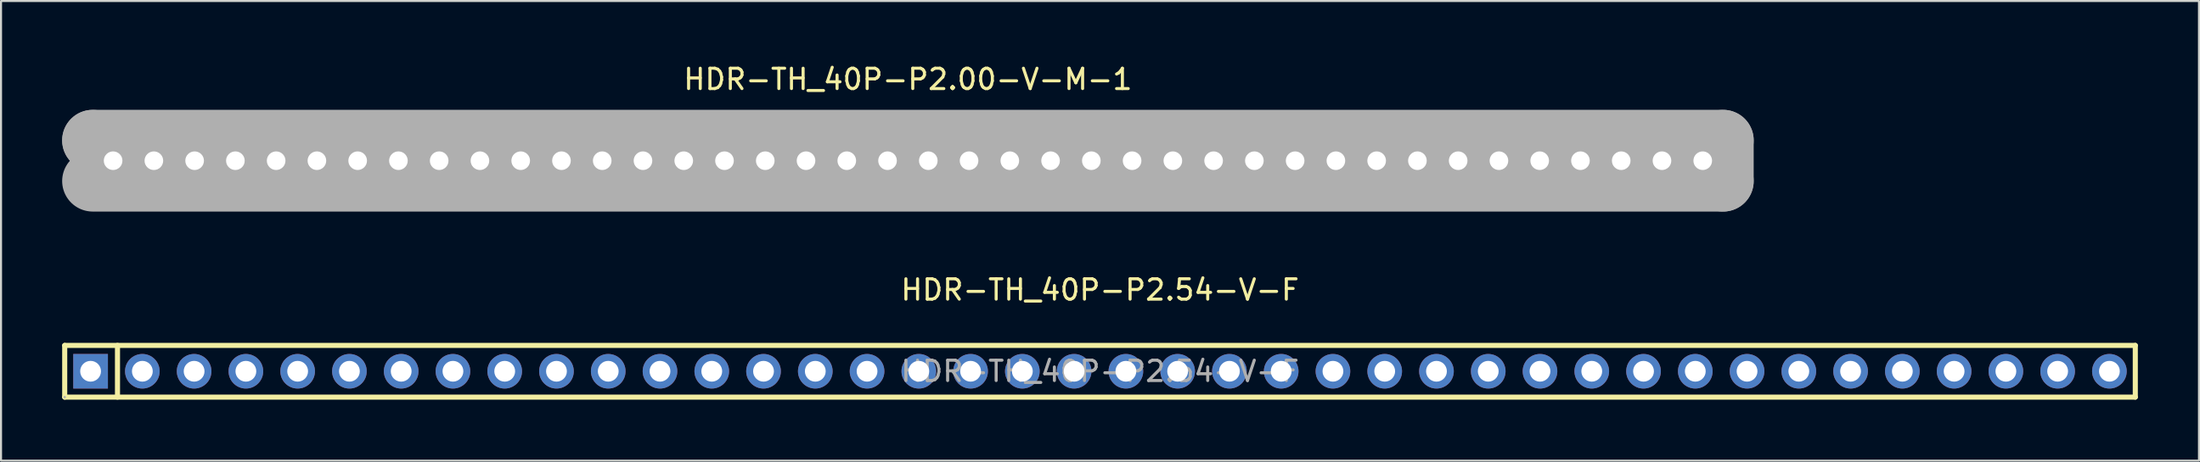
<source format=kicad_pcb>
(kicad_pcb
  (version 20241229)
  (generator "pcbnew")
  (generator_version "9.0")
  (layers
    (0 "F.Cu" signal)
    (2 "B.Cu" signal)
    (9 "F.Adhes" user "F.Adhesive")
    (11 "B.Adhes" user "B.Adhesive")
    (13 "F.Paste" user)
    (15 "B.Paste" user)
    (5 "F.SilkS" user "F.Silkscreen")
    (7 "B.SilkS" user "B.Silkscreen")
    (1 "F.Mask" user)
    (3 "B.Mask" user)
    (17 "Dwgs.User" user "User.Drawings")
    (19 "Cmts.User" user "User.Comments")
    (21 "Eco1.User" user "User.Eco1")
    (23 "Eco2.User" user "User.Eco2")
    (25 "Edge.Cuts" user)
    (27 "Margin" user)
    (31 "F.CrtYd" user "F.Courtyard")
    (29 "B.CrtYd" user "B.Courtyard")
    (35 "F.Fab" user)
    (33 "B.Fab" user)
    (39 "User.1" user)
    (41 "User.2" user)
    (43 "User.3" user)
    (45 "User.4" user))
  (footprint "HDR-TH_40P-P2.00-V-M-1"
    (layer "F.Cu")
    (at 41.5 4.848)
    (property "Reference" "HDR-TH_40P-P2.00-V-M-1" (at 0 -4 0) (layer "F.SilkS") (effects (font (size 1 1) (thickness 0.15))))
    (attr through_hole)
    (fp_line (start -40 -1) (end -40 -1) (stroke (width 3) (type solid)) (layer "F.Fab"))
    (fp_line (start -40 -1) (end 40 -1) (stroke (width 3) (type solid)) (layer "F.Fab"))
    (fp_line (start 40 -1) (end 40 1) (stroke (width 3) (type solid)) (layer "F.Fab"))
    (fp_line (start 40 1) (end -40 1) (stroke (width 3) (type solid)) (layer "F.Fab"))
    (fp_circle (center -40.13 1.13) (end -40.1 1.13) (stroke (width 0.06) (type solid)) (fill no) (layer "F.Fab"))
    (fp_circle (center -39 0) (end -38.82 0) (stroke (width 0.36) (type solid)) (fill no) (layer "F.Fab"))
    (fp_circle (center -37 0) (end -36.82 0) (stroke (width 0.36) (type solid)) (fill no) (layer "F.Fab"))
    (fp_circle (center -35 0) (end -34.82 0) (stroke (width 0.36) (type solid)) (fill no) (layer "F.Fab"))
    (fp_circle (center -33 0) (end -32.82 0) (stroke (width 0.36) (type solid)) (fill no) (layer "F.Fab"))
    (fp_circle (center -31 0) (end -30.82 0) (stroke (width 0.36) (type solid)) (fill no) (layer "F.Fab"))
    (fp_circle (center -29 0) (end -28.82 0) (stroke (width 0.36) (type solid)) (fill no) (layer "F.Fab"))
    (fp_circle (center -27 0) (end -26.82 0) (stroke (width 0.36) (type solid)) (fill no) (layer "F.Fab"))
    (fp_circle (center -25 0) (end -24.82 0) (stroke (width 0.36) (type solid)) (fill no) (layer "F.Fab"))
    (fp_circle (center -23 0) (end -22.82 0) (stroke (width 0.36) (type solid)) (fill no) (layer "F.Fab"))
    (fp_circle (center -21 0) (end -20.82 0) (stroke (width 0.36) (type solid)) (fill no) (layer "F.Fab"))
    (fp_circle (center -19 0) (end -18.82 0) (stroke (width 0.36) (type solid)) (fill no) (layer "F.Fab"))
    (fp_circle (center -17 0) (end -16.82 0) (stroke (width 0.36) (type solid)) (fill no) (layer "F.Fab"))
    (fp_circle (center -15 0) (end -14.82 0) (stroke (width 0.36) (type solid)) (fill no) (layer "F.Fab"))
    (fp_circle (center -13 0) (end -12.82 0) (stroke (width 0.36) (type solid)) (fill no) (layer "F.Fab"))
    (fp_circle (center -11 0) (end -10.82 0) (stroke (width 0.36) (type solid)) (fill no) (layer "F.Fab"))
    (fp_circle (center -9 0) (end -8.82 0) (stroke (width 0.36) (type solid)) (fill no) (layer "F.Fab"))
    (fp_circle (center -7 0) (end -6.82 0) (stroke (width 0.36) (type solid)) (fill no) (layer "F.Fab"))
    (fp_circle (center -5 0) (end -4.82 0) (stroke (width 0.36) (type solid)) (fill no) (layer "F.Fab"))
    (fp_circle (center -3 0) (end -2.82 0) (stroke (width 0.36) (type solid)) (fill no) (layer "F.Fab"))
    (fp_circle (center -1 0) (end -0.82 0) (stroke (width 0.36) (type solid)) (fill no) (layer "F.Fab"))
    (fp_circle (center 1 0) (end 1.18 0) (stroke (width 0.36) (type solid)) (fill no) (layer "F.Fab"))
    (fp_circle (center 3 0) (end 3.18 0) (stroke (width 0.36) (type solid)) (fill no) (layer "F.Fab"))
    (fp_circle (center 5 0) (end 5.18 0) (stroke (width 0.36) (type solid)) (fill no) (layer "F.Fab"))
    (fp_circle (center 7 0) (end 7.18 0) (stroke (width 0.36) (type solid)) (fill no) (layer "F.Fab"))
    (fp_circle (center 9 0) (end 9.18 0) (stroke (width 0.36) (type solid)) (fill no) (layer "F.Fab"))
    (fp_circle (center 11 0) (end 11.18 0) (stroke (width 0.36) (type solid)) (fill no) (layer "F.Fab"))
    (fp_circle (center 13 0) (end 13.18 0) (stroke (width 0.36) (type solid)) (fill no) (layer "F.Fab"))
    (fp_circle (center 15 0) (end 15.18 0) (stroke (width 0.36) (type solid)) (fill no) (layer "F.Fab"))
    (fp_circle (center 17 0) (end 17.18 0) (stroke (width 0.36) (type solid)) (fill no) (layer "F.Fab"))
    (fp_circle (center 19 0) (end 19.18 0) (stroke (width 0.36) (type solid)) (fill no) (layer "F.Fab"))
    (fp_circle (center 21 0) (end 21.18 0) (stroke (width 0.36) (type solid)) (fill no) (layer "F.Fab"))
    (fp_circle (center 23 0) (end 23.18 0) (stroke (width 0.36) (type solid)) (fill no) (layer "F.Fab"))
    (fp_circle (center 25 0) (end 25.18 0) (stroke (width 0.36) (type solid)) (fill no) (layer "F.Fab"))
    (fp_circle (center 27 0) (end 27.18 0) (stroke (width 0.36) (type solid)) (fill no) (layer "F.Fab"))
    (fp_circle (center 29 0) (end 29.18 0) (stroke (width 0.36) (type solid)) (fill no) (layer "F.Fab"))
    (fp_circle (center 31 0) (end 31.18 0) (stroke (width 0.36) (type solid)) (fill no) (layer "F.Fab"))
    (fp_circle (center 33 0) (end 33.18 0) (stroke (width 0.36) (type solid)) (fill no) (layer "F.Fab"))
    (fp_circle (center 35 0) (end 35.18 0) (stroke (width 0.36) (type solid)) (fill no) (layer "F.Fab"))
    (fp_circle (center 37 0) (end 37.18 0) (stroke (width 0.36) (type solid)) (fill no) (layer "F.Fab"))
    (fp_circle (center 39 0) (end 39.18 0) (stroke (width 0.36) (type solid)) (fill no) (layer "F.Fab"))
    (fp_text user "${REFERENCE}" (at 0 0 0) (layer "F.Fab") (effects (font (size 1 1) (thickness 0.15))))
    (pad "1" thru_hole rect (at -39 0) (size 1.52 1.52) (drill 0.914) (layers "*.Cu" "*.Paste" "*.Mask"))
    (pad "2" thru_hole circle (at -37 0) (size 1.52 1.52) (drill 0.914) (layers "*.Cu" "*.Paste" "*.Mask"))
    (pad "3" thru_hole circle (at -35 0) (size 1.52 1.52) (drill 0.914) (layers "*.Cu" "*.Paste" "*.Mask"))
    (pad "4" thru_hole circle (at -33 0) (size 1.52 1.52) (drill 0.914) (layers "*.Cu" "*.Paste" "*.Mask"))
    (pad "5" thru_hole circle (at -31 0) (size 1.52 1.52) (drill 0.914) (layers "*.Cu" "*.Paste" "*.Mask"))
    (pad "6" thru_hole circle (at -29 0) (size 1.52 1.52) (drill 0.914) (layers "*.Cu" "*.Paste" "*.Mask"))
    (pad "7" thru_hole circle (at -27 0) (size 1.52 1.52) (drill 0.914) (layers "*.Cu" "*.Paste" "*.Mask"))
    (pad "8" thru_hole circle (at -25 0) (size 1.52 1.52) (drill 0.914) (layers "*.Cu" "*.Paste" "*.Mask"))
    (pad "9" thru_hole circle (at -23 0) (size 1.52 1.52) (drill 0.914) (layers "*.Cu" "*.Paste" "*.Mask"))
    (pad "10" thru_hole circle (at -21 0) (size 1.52 1.52) (drill 0.914) (layers "*.Cu" "*.Paste" "*.Mask"))
    (pad "11" thru_hole circle (at -19 0) (size 1.52 1.52) (drill 0.914) (layers "*.Cu" "*.Paste" "*.Mask"))
    (pad "12" thru_hole circle (at -17 0) (size 1.52 1.52) (drill 0.914) (layers "*.Cu" "*.Paste" "*.Mask"))
    (pad "13" thru_hole circle (at -15 0) (size 1.52 1.52) (drill 0.914) (layers "*.Cu" "*.Paste" "*.Mask"))
    (pad "14" thru_hole circle (at -13 0) (size 1.52 1.52) (drill 0.914) (layers "*.Cu" "*.Paste" "*.Mask"))
    (pad "15" thru_hole circle (at -11 0) (size 1.52 1.52) (drill 0.914) (layers "*.Cu" "*.Paste" "*.Mask"))
    (pad "16" thru_hole circle (at -9 0) (size 1.52 1.52) (drill 0.914) (layers "*.Cu" "*.Paste" "*.Mask"))
    (pad "17" thru_hole circle (at -7 0) (size 1.52 1.52) (drill 0.914) (layers "*.Cu" "*.Paste" "*.Mask"))
    (pad "18" thru_hole circle (at -5 0) (size 1.52 1.52) (drill 0.914) (layers "*.Cu" "*.Paste" "*.Mask"))
    (pad "19" thru_hole circle (at -3 0) (size 1.52 1.52) (drill 0.914) (layers "*.Cu" "*.Paste" "*.Mask"))
    (pad "20" thru_hole circle (at -1 0) (size 1.52 1.52) (drill 0.914) (layers "*.Cu" "*.Paste" "*.Mask"))
    (pad "21" thru_hole circle (at 1 0) (size 1.52 1.52) (drill 0.914) (layers "*.Cu" "*.Paste" "*.Mask"))
    (pad "22" thru_hole circle (at 3 0) (size 1.52 1.52) (drill 0.914) (layers "*.Cu" "*.Paste" "*.Mask"))
    (pad "23" thru_hole circle (at 5 0) (size 1.52 1.52) (drill 0.914) (layers "*.Cu" "*.Paste" "*.Mask"))
    (pad "24" thru_hole circle (at 7 0) (size 1.52 1.52) (drill 0.914) (layers "*.Cu" "*.Paste" "*.Mask"))
    (pad "25" thru_hole circle (at 9 0) (size 1.52 1.52) (drill 0.914) (layers "*.Cu" "*.Paste" "*.Mask"))
    (pad "26" thru_hole circle (at 11 0) (size 1.52 1.52) (drill 0.914) (layers "*.Cu" "*.Paste" "*.Mask"))
    (pad "27" thru_hole circle (at 13 0) (size 1.52 1.52) (drill 0.914) (layers "*.Cu" "*.Paste" "*.Mask"))
    (pad "28" thru_hole circle (at 15 0) (size 1.52 1.52) (drill 0.914) (layers "*.Cu" "*.Paste" "*.Mask"))
    (pad "29" thru_hole circle (at 17 0) (size 1.52 1.52) (drill 0.914) (layers "*.Cu" "*.Paste" "*.Mask"))
    (pad "30" thru_hole circle (at 19 0) (size 1.52 1.52) (drill 0.914) (layers "*.Cu" "*.Paste" "*.Mask"))
    (pad "31" thru_hole circle (at 21 0) (size 1.52 1.52) (drill 0.914) (layers "*.Cu" "*.Paste" "*.Mask"))
    (pad "32" thru_hole circle (at 23 0) (size 1.52 1.52) (drill 0.914) (layers "*.Cu" "*.Paste" "*.Mask"))
    (pad "33" thru_hole circle (at 25 0) (size 1.52 1.52) (drill 0.914) (layers "*.Cu" "*.Paste" "*.Mask"))
    (pad "34" thru_hole circle (at 27 0) (size 1.52 1.52) (drill 0.914) (layers "*.Cu" "*.Paste" "*.Mask"))
    (pad "35" thru_hole circle (at 29 0) (size 1.52 1.52) (drill 0.914) (layers "*.Cu" "*.Paste" "*.Mask"))
    (pad "36" thru_hole circle (at 31 0) (size 1.52 1.52) (drill 0.914) (layers "*.Cu" "*.Paste" "*.Mask"))
    (pad "37" thru_hole circle (at 33 0) (size 1.52 1.52) (drill 0.914) (layers "*.Cu" "*.Paste" "*.Mask"))
    (pad "38" thru_hole circle (at 35 0) (size 1.52 1.52) (drill 0.914) (layers "*.Cu" "*.Paste" "*.Mask"))
    (pad "39" thru_hole circle (at 37 0) (size 1.52 1.52) (drill 0.914) (layers "*.Cu" "*.Paste" "*.Mask"))
    (pad "40" thru_hole circle (at 39 0) (size 1.52 1.52) (drill 0.914) (layers "*.Cu" "*.Paste" "*.Mask")))
  (footprint "HDR-TH_40P-P2.54-V-F"
    (layer "F.Cu")
    (at 50.925 15.197)
    (property "Reference" "HDR-TH_40P-P2.54-V-F" (at 0 -4 0) (layer "F.SilkS") (effects (font (size 1 1) (thickness 0.15))))
    (attr through_hole)
    (fp_line (start -50.8 -1.27) (end 50.8 -1.27) (stroke (width 0.25) (type solid)) (layer "F.SilkS"))
    (fp_line (start -50.8 1.27) (end -50.8 -1.27) (stroke (width 0.25) (type solid)) (layer "F.SilkS"))
    (fp_line (start -48.21 -1.27) (end -48.21 1.27) (stroke (width 0.25) (type solid)) (layer "F.SilkS"))
    (fp_line (start 50.8 -1.27) (end 50.8 1.27) (stroke (width 0.25) (type solid)) (layer "F.SilkS"))
    (fp_line (start 50.8 1.27) (end -50.8 1.27) (stroke (width 0.25) (type solid)) (layer "F.SilkS"))
    (fp_circle (center -50.8 1.27) (end -50.77 1.27) (stroke (width 0.06) (type solid)) (fill no) (layer "F.Fab"))
    (fp_text user "${REFERENCE}" (at 0 0 0) (layer "F.Fab") (effects (font (size 1 1) (thickness 0.15))))
    (pad "1" thru_hole rect (at -49.53 0) (size 1.7 1.7) (drill 1.02) (layers "*.Cu" "*.Paste" "*.Mask"))
    (pad "2" thru_hole circle (at -46.99 0) (size 1.7 1.7) (drill 1.02) (layers "*.Cu" "*.Paste" "*.Mask"))
    (pad "3" thru_hole circle (at -44.45 0) (size 1.7 1.7) (drill 1.02) (layers "*.Cu" "*.Paste" "*.Mask"))
    (pad "4" thru_hole circle (at -41.91 0) (size 1.7 1.7) (drill 1.02) (layers "*.Cu" "*.Paste" "*.Mask"))
    (pad "5" thru_hole circle (at -39.37 0) (size 1.7 1.7) (drill 1.02) (layers "*.Cu" "*.Paste" "*.Mask"))
    (pad "6" thru_hole circle (at -36.83 0) (size 1.7 1.7) (drill 1.02) (layers "*.Cu" "*.Paste" "*.Mask"))
    (pad "7" thru_hole circle (at -34.29 0) (size 1.7 1.7) (drill 1.02) (layers "*.Cu" "*.Paste" "*.Mask"))
    (pad "8" thru_hole circle (at -31.75 0) (size 1.7 1.7) (drill 1.02) (layers "*.Cu" "*.Paste" "*.Mask"))
    (pad "9" thru_hole circle (at -29.21 0) (size 1.7 1.7) (drill 1.02) (layers "*.Cu" "*.Paste" "*.Mask"))
    (pad "10" thru_hole circle (at -26.67 0) (size 1.7 1.7) (drill 1.02) (layers "*.Cu" "*.Paste" "*.Mask"))
    (pad "11" thru_hole circle (at -24.13 0) (size 1.7 1.7) (drill 1.02) (layers "*.Cu" "*.Paste" "*.Mask"))
    (pad "12" thru_hole circle (at -21.59 0) (size 1.7 1.7) (drill 1.02) (layers "*.Cu" "*.Paste" "*.Mask"))
    (pad "13" thru_hole circle (at -19.05 0) (size 1.7 1.7) (drill 1.02) (layers "*.Cu" "*.Paste" "*.Mask"))
    (pad "14" thru_hole circle (at -16.51 0) (size 1.7 1.7) (drill 1.02) (layers "*.Cu" "*.Paste" "*.Mask"))
    (pad "15" thru_hole circle (at -13.97 0) (size 1.7 1.7) (drill 1.02) (layers "*.Cu" "*.Paste" "*.Mask"))
    (pad "16" thru_hole circle (at -11.43 0) (size 1.7 1.7) (drill 1.02) (layers "*.Cu" "*.Paste" "*.Mask"))
    (pad "17" thru_hole circle (at -8.89 0) (size 1.7 1.7) (drill 1.02) (layers "*.Cu" "*.Paste" "*.Mask"))
    (pad "18" thru_hole circle (at -6.35 0) (size 1.7 1.7) (drill 1.02) (layers "*.Cu" "*.Paste" "*.Mask"))
    (pad "19" thru_hole circle (at -3.81 0) (size 1.7 1.7) (drill 1.02) (layers "*.Cu" "*.Paste" "*.Mask"))
    (pad "20" thru_hole circle (at -1.27 0) (size 1.7 1.7) (drill 1.02) (layers "*.Cu" "*.Paste" "*.Mask"))
    (pad "21" thru_hole circle (at 1.27 0) (size 1.7 1.7) (drill 1.02) (layers "*.Cu" "*.Paste" "*.Mask"))
    (pad "22" thru_hole circle (at 3.81 0) (size 1.7 1.7) (drill 1.02) (layers "*.Cu" "*.Paste" "*.Mask"))
    (pad "23" thru_hole circle (at 6.35 0) (size 1.7 1.7) (drill 1.02) (layers "*.Cu" "*.Paste" "*.Mask"))
    (pad "24" thru_hole circle (at 8.89 0) (size 1.7 1.7) (drill 1.02) (layers "*.Cu" "*.Paste" "*.Mask"))
    (pad "25" thru_hole circle (at 11.43 0) (size 1.7 1.7) (drill 1.02) (layers "*.Cu" "*.Paste" "*.Mask"))
    (pad "26" thru_hole circle (at 13.97 0) (size 1.7 1.7) (drill 1.02) (layers "*.Cu" "*.Paste" "*.Mask"))
    (pad "27" thru_hole circle (at 16.51 0) (size 1.7 1.7) (drill 1.02) (layers "*.Cu" "*.Paste" "*.Mask"))
    (pad "28" thru_hole circle (at 19.05 0) (size 1.7 1.7) (drill 1.02) (layers "*.Cu" "*.Paste" "*.Mask"))
    (pad "29" thru_hole circle (at 21.59 0) (size 1.7 1.7) (drill 1.02) (layers "*.Cu" "*.Paste" "*.Mask"))
    (pad "30" thru_hole circle (at 24.13 0) (size 1.7 1.7) (drill 1.02) (layers "*.Cu" "*.Paste" "*.Mask"))
    (pad "31" thru_hole circle (at 26.67 0) (size 1.7 1.7) (drill 1.02) (layers "*.Cu" "*.Paste" "*.Mask"))
    (pad "32" thru_hole circle (at 29.21 0) (size 1.7 1.7) (drill 1.02) (layers "*.Cu" "*.Paste" "*.Mask"))
    (pad "33" thru_hole circle (at 31.75 0) (size 1.7 1.7) (drill 1.02) (layers "*.Cu" "*.Paste" "*.Mask"))
    (pad "34" thru_hole circle (at 34.29 0) (size 1.7 1.7) (drill 1.02) (layers "*.Cu" "*.Paste" "*.Mask"))
    (pad "35" thru_hole circle (at 36.83 0) (size 1.7 1.7) (drill 1.02) (layers "*.Cu" "*.Paste" "*.Mask"))
    (pad "36" thru_hole circle (at 39.37 0) (size 1.7 1.7) (drill 1.02) (layers "*.Cu" "*.Paste" "*.Mask"))
    (pad "37" thru_hole circle (at 41.91 0) (size 1.7 1.7) (drill 1.02) (layers "*.Cu" "*.Paste" "*.Mask"))
    (pad "38" thru_hole circle (at 44.45 0) (size 1.7 1.7) (drill 1.02) (layers "*.Cu" "*.Paste" "*.Mask"))
    (pad "39" thru_hole circle (at 46.99 0) (size 1.7 1.7) (drill 1.02) (layers "*.Cu" "*.Paste" "*.Mask"))
    (pad "40" thru_hole circle (at 49.53 0) (size 1.7 1.7) (drill 1.02) (layers "*.Cu" "*.Paste" "*.Mask")))
  (gr_rect
    (start -3 -3)
    (end 104.85 19.591)
    (stroke (width 0.1) (type default))
    (fill no)
    (layer "Edge.Cuts")))
</source>
